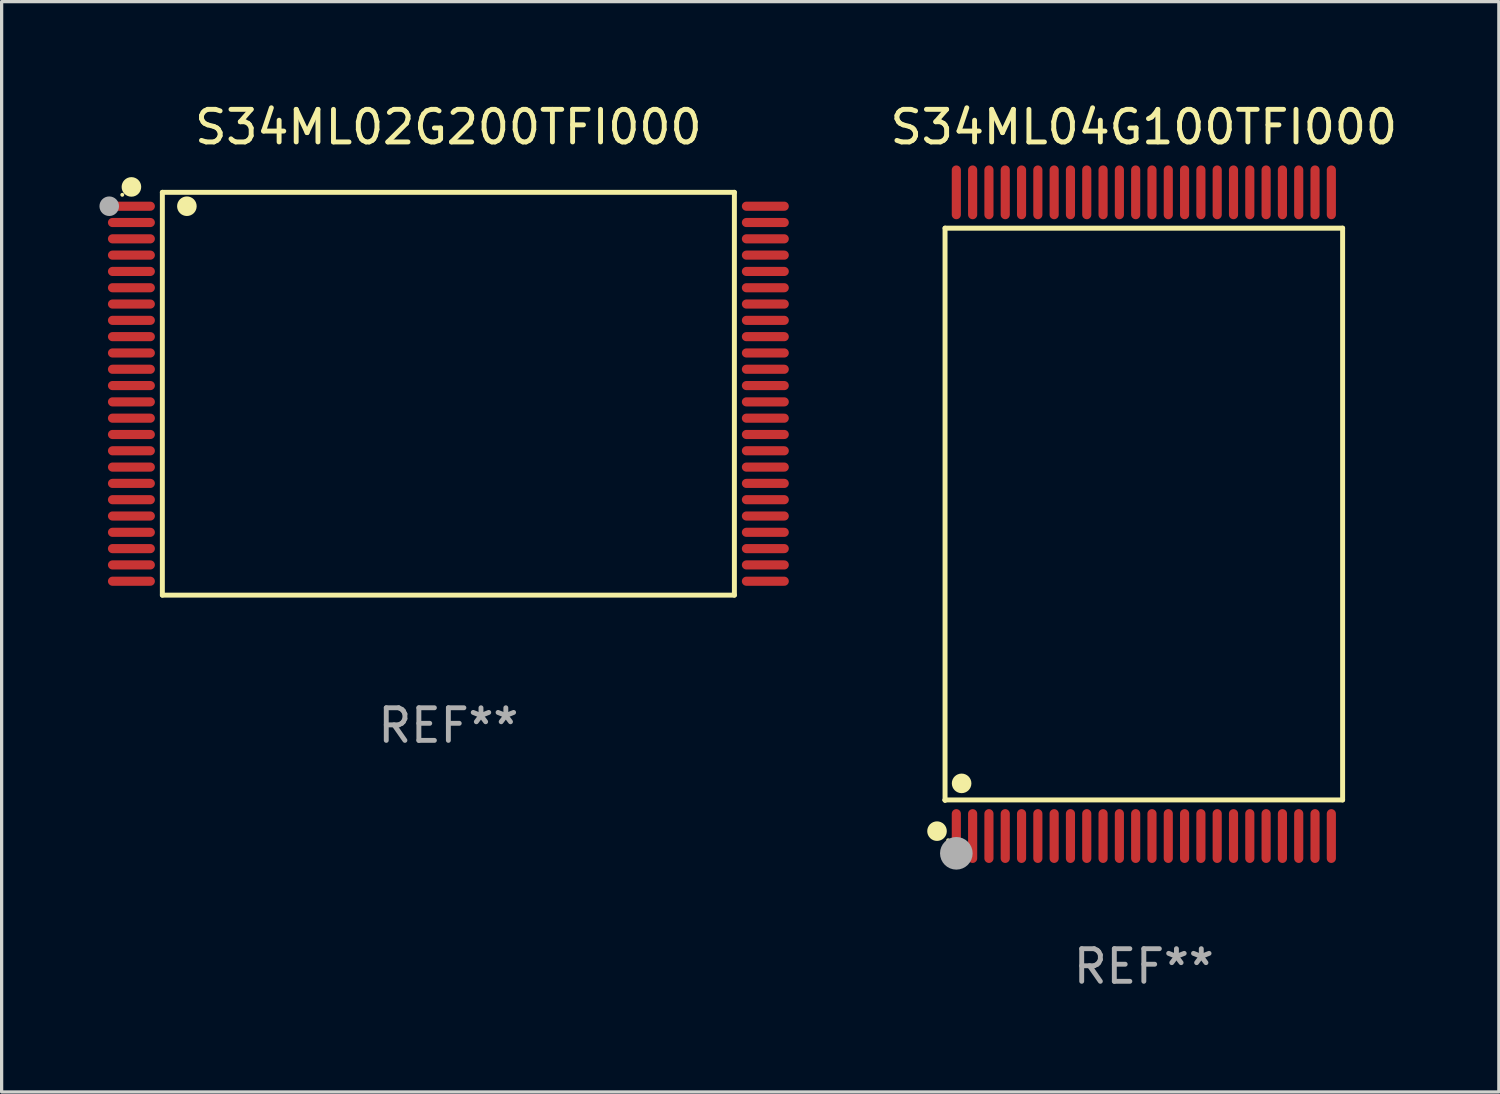
<source format=kicad_pcb>
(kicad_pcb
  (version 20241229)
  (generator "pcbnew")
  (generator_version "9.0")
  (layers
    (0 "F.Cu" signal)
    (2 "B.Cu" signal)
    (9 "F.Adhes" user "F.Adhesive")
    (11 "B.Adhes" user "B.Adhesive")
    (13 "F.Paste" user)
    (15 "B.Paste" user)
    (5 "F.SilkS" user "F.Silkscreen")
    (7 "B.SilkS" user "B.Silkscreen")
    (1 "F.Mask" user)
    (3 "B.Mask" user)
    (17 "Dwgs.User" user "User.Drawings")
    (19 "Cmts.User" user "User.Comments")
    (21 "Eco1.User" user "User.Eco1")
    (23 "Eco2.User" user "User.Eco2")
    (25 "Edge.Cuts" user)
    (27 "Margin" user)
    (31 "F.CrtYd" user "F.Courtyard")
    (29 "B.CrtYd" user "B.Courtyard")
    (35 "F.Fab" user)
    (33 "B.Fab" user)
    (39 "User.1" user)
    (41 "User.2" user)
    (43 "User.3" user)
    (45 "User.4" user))
  (footprint "S34ML02G200TFI000"
    (layer "F.Cu")
    (at 10.7 9.024)
    (property "Reference" "S34ML02G200TFI000" (at 0 -8.176 0) (layer "F.SilkS") (effects (font (size 1 1) (thickness 0.15))))
    (attr through_hole)
    (fp_line (start -8.771 -6.176) (end 8.771 -6.176) (stroke (width 0.152) (type solid)) (layer "F.SilkS"))
    (fp_line (start -8.771 6.176) (end -8.771 -6.176) (stroke (width 0.152) (type solid)) (layer "F.SilkS"))
    (fp_line (start 8.771 -6.176) (end 8.771 6.176) (stroke (width 0.152) (type solid)) (layer "F.SilkS"))
    (fp_line (start 8.771 6.176) (end -8.771 6.176) (stroke (width 0.152) (type solid)) (layer "F.SilkS"))
    (fp_circle (center -10 -6.1) (end -9.97 -6.1) (stroke (width 0.06) (type solid)) (fill no) (layer "F.SilkS"))
    (fp_circle (center -9.72 -6.342) (end -9.57 -6.342) (stroke (width 0.3) (type solid)) (fill no) (layer "F.SilkS"))
    (fp_circle (center -8.019 -5.75) (end -7.869 -5.75) (stroke (width 0.3) (type solid)) (fill no) (layer "F.SilkS"))
    (fp_circle (center -10.4 -5.75) (end -10.25 -5.75) (stroke (width 0.3) (type solid)) (fill no) (layer "F.Fab"))
    (fp_text user "REF**" (at 0 10.176 0) (layer "F.Fab") (effects (font (size 1 1) (thickness 0.15))))
    (pad "1" smd oval (at -9.72 -5.75 270) (size 0.28 1.44) (layers "F.Cu" "F.Mask" "F.Paste"))
    (pad "2" smd oval (at -9.72 -5.25 270) (size 0.28 1.44) (layers "F.Cu" "F.Mask" "F.Paste"))
    (pad "3" smd oval (at -9.72 -4.75 270) (size 0.28 1.44) (layers "F.Cu" "F.Mask" "F.Paste"))
    (pad "4" smd oval (at -9.72 -4.25 270) (size 0.28 1.44) (layers "F.Cu" "F.Mask" "F.Paste"))
    (pad "5" smd oval (at -9.72 -3.75 270) (size 0.28 1.44) (layers "F.Cu" "F.Mask" "F.Paste"))
    (pad "6" smd oval (at -9.72 -3.25 270) (size 0.28 1.44) (layers "F.Cu" "F.Mask" "F.Paste"))
    (pad "7" smd oval (at -9.72 -2.75 270) (size 0.28 1.44) (layers "F.Cu" "F.Mask" "F.Paste"))
    (pad "8" smd oval (at -9.72 -2.25 270) (size 0.28 1.44) (layers "F.Cu" "F.Mask" "F.Paste"))
    (pad "9" smd oval (at -9.72 -1.75 270) (size 0.28 1.44) (layers "F.Cu" "F.Mask" "F.Paste"))
    (pad "10" smd oval (at -9.72 -1.25 270) (size 0.28 1.44) (layers "F.Cu" "F.Mask" "F.Paste"))
    (pad "11" smd oval (at -9.72 -0.75 270) (size 0.28 1.44) (layers "F.Cu" "F.Mask" "F.Paste"))
    (pad "12" smd oval (at -9.72 -0.25 270) (size 0.28 1.44) (layers "F.Cu" "F.Mask" "F.Paste"))
    (pad "13" smd oval (at -9.72 0.25 270) (size 0.28 1.44) (layers "F.Cu" "F.Mask" "F.Paste"))
    (pad "14" smd oval (at -9.72 0.75 270) (size 0.28 1.44) (layers "F.Cu" "F.Mask" "F.Paste"))
    (pad "15" smd oval (at -9.72 1.25 270) (size 0.28 1.44) (layers "F.Cu" "F.Mask" "F.Paste"))
    (pad "16" smd oval (at -9.72 1.75 270) (size 0.28 1.44) (layers "F.Cu" "F.Mask" "F.Paste"))
    (pad "17" smd oval (at -9.72 2.25 270) (size 0.28 1.44) (layers "F.Cu" "F.Mask" "F.Paste"))
    (pad "18" smd oval (at -9.72 2.75 270) (size 0.28 1.44) (layers "F.Cu" "F.Mask" "F.Paste"))
    (pad "19" smd oval (at -9.72 3.25 270) (size 0.28 1.44) (layers "F.Cu" "F.Mask" "F.Paste"))
    (pad "20" smd oval (at -9.72 3.75 270) (size 0.28 1.44) (layers "F.Cu" "F.Mask" "F.Paste"))
    (pad "21" smd oval (at -9.72 4.25 270) (size 0.28 1.44) (layers "F.Cu" "F.Mask" "F.Paste"))
    (pad "22" smd oval (at -9.72 4.75 270) (size 0.28 1.44) (layers "F.Cu" "F.Mask" "F.Paste"))
    (pad "23" smd oval (at -9.72 5.25 270) (size 0.28 1.44) (layers "F.Cu" "F.Mask" "F.Paste"))
    (pad "24" smd oval (at -9.72 5.75 270) (size 0.28 1.44) (layers "F.Cu" "F.Mask" "F.Paste"))
    (pad "25" smd oval (at 9.72 5.75 270) (size 0.28 1.44) (layers "F.Cu" "F.Mask" "F.Paste"))
    (pad "26" smd oval (at 9.72 5.25 270) (size 0.28 1.44) (layers "F.Cu" "F.Mask" "F.Paste"))
    (pad "27" smd oval (at 9.72 4.75 270) (size 0.28 1.44) (layers "F.Cu" "F.Mask" "F.Paste"))
    (pad "28" smd oval (at 9.72 4.25 270) (size 0.28 1.44) (layers "F.Cu" "F.Mask" "F.Paste"))
    (pad "29" smd oval (at 9.72 3.75 270) (size 0.28 1.44) (layers "F.Cu" "F.Mask" "F.Paste"))
    (pad "30" smd oval (at 9.72 3.25 270) (size 0.28 1.44) (layers "F.Cu" "F.Mask" "F.Paste"))
    (pad "31" smd oval (at 9.72 2.75 270) (size 0.28 1.44) (layers "F.Cu" "F.Mask" "F.Paste"))
    (pad "32" smd oval (at 9.72 2.25 270) (size 0.28 1.44) (layers "F.Cu" "F.Mask" "F.Paste"))
    (pad "33" smd oval (at 9.72 1.75 270) (size 0.28 1.44) (layers "F.Cu" "F.Mask" "F.Paste"))
    (pad "34" smd oval (at 9.72 1.25 270) (size 0.28 1.44) (layers "F.Cu" "F.Mask" "F.Paste"))
    (pad "35" smd oval (at 9.72 0.75 270) (size 0.28 1.44) (layers "F.Cu" "F.Mask" "F.Paste"))
    (pad "36" smd oval (at 9.72 0.25 270) (size 0.28 1.44) (layers "F.Cu" "F.Mask" "F.Paste"))
    (pad "37" smd oval (at 9.72 -0.25 270) (size 0.28 1.44) (layers "F.Cu" "F.Mask" "F.Paste"))
    (pad "38" smd oval (at 9.72 -0.75 270) (size 0.28 1.44) (layers "F.Cu" "F.Mask" "F.Paste"))
    (pad "39" smd oval (at 9.72 -1.25 270) (size 0.28 1.44) (layers "F.Cu" "F.Mask" "F.Paste"))
    (pad "40" smd oval (at 9.72 -1.75 270) (size 0.28 1.44) (layers "F.Cu" "F.Mask" "F.Paste"))
    (pad "41" smd oval (at 9.72 -2.25 270) (size 0.28 1.44) (layers "F.Cu" "F.Mask" "F.Paste"))
    (pad "42" smd oval (at 9.72 -2.75 270) (size 0.28 1.44) (layers "F.Cu" "F.Mask" "F.Paste"))
    (pad "43" smd oval (at 9.72 -3.25 270) (size 0.28 1.44) (layers "F.Cu" "F.Mask" "F.Paste"))
    (pad "44" smd oval (at 9.72 -3.75 270) (size 0.28 1.44) (layers "F.Cu" "F.Mask" "F.Paste"))
    (pad "45" smd oval (at 9.72 -4.25 270) (size 0.28 1.44) (layers "F.Cu" "F.Mask" "F.Paste"))
    (pad "46" smd oval (at 9.72 -4.75 270) (size 0.28 1.44) (layers "F.Cu" "F.Mask" "F.Paste"))
    (pad "47" smd oval (at 9.72 -5.25 270) (size 0.28 1.44) (layers "F.Cu" "F.Mask" "F.Paste"))
    (pad "48" smd oval (at 9.72 -5.75 270) (size 0.28 1.44) (layers "F.Cu" "F.Mask" "F.Paste")))
  (footprint "S34ML04G100TFI000"
    (layer "F.Cu")
    (at 32.027 12.718)
    (property "Reference" "S34ML04G100TFI000" (at 0 -11.87 0) (layer "F.SilkS") (effects (font (size 1 1) (thickness 0.15))))
    (attr through_hole)
    (fp_line (start -6.096 -8.771) (end 6.096 -8.771) (stroke (width 0.152) (type solid)) (layer "F.SilkS"))
    (fp_line (start -6.096 8.763) (end -6.096 8.771) (stroke (width 0.152) (type solid)) (layer "F.SilkS"))
    (fp_line (start -6.096 8.771) (end -6.096 -8.771) (stroke (width 0.152) (type solid)) (layer "F.SilkS"))
    (fp_line (start 6.096 -8.771) (end 6.096 8.763) (stroke (width 0.152) (type solid)) (layer "F.SilkS"))
    (fp_line (start 6.096 8.763) (end -6.096 8.763) (stroke (width 0.152) (type solid)) (layer "F.SilkS"))
    (fp_circle (center -6.342 9.72) (end -6.192 9.72) (stroke (width 0.3) (type solid)) (fill no) (layer "F.SilkS"))
    (fp_circle (center -6 10) (end -5.97 10) (stroke (width 0.06) (type solid)) (fill no) (layer "F.SilkS"))
    (fp_circle (center -5.588 8.255) (end -5.438 8.255) (stroke (width 0.3) (type solid)) (fill no) (layer "F.SilkS"))
    (fp_circle (center -5.75 10.4) (end -5.5 10.4) (stroke (width 0.5) (type solid)) (fill no) (layer "F.Fab"))
    (fp_text user "REF**" (at 0 13.87 0) (layer "F.Fab") (effects (font (size 1 1) (thickness 0.15))))
    (pad "1" smd oval (at -5.75 9.87) (size 0.28 1.65) (layers "F.Cu" "F.Mask" "F.Paste"))
    (pad "2" smd oval (at -5.25 9.87) (size 0.28 1.65) (layers "F.Cu" "F.Mask" "F.Paste"))
    (pad "3" smd oval (at -4.75 9.87) (size 0.28 1.65) (layers "F.Cu" "F.Mask" "F.Paste"))
    (pad "4" smd oval (at -4.25 9.87) (size 0.28 1.65) (layers "F.Cu" "F.Mask" "F.Paste"))
    (pad "5" smd oval (at -3.75 9.87) (size 0.28 1.65) (layers "F.Cu" "F.Mask" "F.Paste"))
    (pad "6" smd oval (at -3.25 9.87) (size 0.28 1.65) (layers "F.Cu" "F.Mask" "F.Paste"))
    (pad "7" smd oval (at -2.75 9.87) (size 0.28 1.65) (layers "F.Cu" "F.Mask" "F.Paste"))
    (pad "8" smd oval (at -2.25 9.87) (size 0.28 1.65) (layers "F.Cu" "F.Mask" "F.Paste"))
    (pad "9" smd oval (at -1.75 9.87) (size 0.28 1.65) (layers "F.Cu" "F.Mask" "F.Paste"))
    (pad "10" smd oval (at -1.25 9.87) (size 0.28 1.65) (layers "F.Cu" "F.Mask" "F.Paste"))
    (pad "11" smd oval (at -0.75 9.87) (size 0.28 1.65) (layers "F.Cu" "F.Mask" "F.Paste"))
    (pad "12" smd oval (at -0.25 9.87) (size 0.28 1.65) (layers "F.Cu" "F.Mask" "F.Paste"))
    (pad "13" smd oval (at 0.25 9.87) (size 0.28 1.65) (layers "F.Cu" "F.Mask" "F.Paste"))
    (pad "14" smd oval (at 0.75 9.87) (size 0.28 1.65) (layers "F.Cu" "F.Mask" "F.Paste"))
    (pad "15" smd oval (at 1.25 9.87) (size 0.28 1.65) (layers "F.Cu" "F.Mask" "F.Paste"))
    (pad "16" smd oval (at 1.75 9.87) (size 0.28 1.65) (layers "F.Cu" "F.Mask" "F.Paste"))
    (pad "17" smd oval (at 2.25 9.87) (size 0.28 1.65) (layers "F.Cu" "F.Mask" "F.Paste"))
    (pad "18" smd oval (at 2.75 9.87) (size 0.28 1.65) (layers "F.Cu" "F.Mask" "F.Paste"))
    (pad "19" smd oval (at 3.25 9.87) (size 0.28 1.65) (layers "F.Cu" "F.Mask" "F.Paste"))
    (pad "20" smd oval (at 3.75 9.87) (size 0.28 1.65) (layers "F.Cu" "F.Mask" "F.Paste"))
    (pad "21" smd oval (at 4.25 9.87) (size 0.28 1.65) (layers "F.Cu" "F.Mask" "F.Paste"))
    (pad "22" smd oval (at 4.75 9.87) (size 0.28 1.65) (layers "F.Cu" "F.Mask" "F.Paste"))
    (pad "23" smd oval (at 5.25 9.87) (size 0.28 1.65) (layers "F.Cu" "F.Mask" "F.Paste"))
    (pad "24" smd oval (at 5.75 9.87) (size 0.28 1.65) (layers "F.Cu" "F.Mask" "F.Paste"))
    (pad "25" smd oval (at 5.75 -9.87) (size 0.28 1.65) (layers "F.Cu" "F.Mask" "F.Paste"))
    (pad "26" smd oval (at 5.25 -9.87) (size 0.28 1.65) (layers "F.Cu" "F.Mask" "F.Paste"))
    (pad "27" smd oval (at 4.75 -9.87) (size 0.28 1.65) (layers "F.Cu" "F.Mask" "F.Paste"))
    (pad "28" smd oval (at 4.25 -9.87) (size 0.28 1.65) (layers "F.Cu" "F.Mask" "F.Paste"))
    (pad "29" smd oval (at 3.75 -9.87) (size 0.28 1.65) (layers "F.Cu" "F.Mask" "F.Paste"))
    (pad "30" smd oval (at 3.25 -9.87) (size 0.28 1.65) (layers "F.Cu" "F.Mask" "F.Paste"))
    (pad "31" smd oval (at 2.75 -9.87) (size 0.28 1.65) (layers "F.Cu" "F.Mask" "F.Paste"))
    (pad "32" smd oval (at 2.25 -9.87) (size 0.28 1.65) (layers "F.Cu" "F.Mask" "F.Paste"))
    (pad "33" smd oval (at 1.75 -9.87) (size 0.28 1.65) (layers "F.Cu" "F.Mask" "F.Paste"))
    (pad "34" smd oval (at 1.25 -9.87) (size 0.28 1.65) (layers "F.Cu" "F.Mask" "F.Paste"))
    (pad "35" smd oval (at 0.75 -9.87) (size 0.28 1.65) (layers "F.Cu" "F.Mask" "F.Paste"))
    (pad "36" smd oval (at 0.25 -9.87) (size 0.28 1.65) (layers "F.Cu" "F.Mask" "F.Paste"))
    (pad "37" smd oval (at -0.25 -9.87) (size 0.28 1.65) (layers "F.Cu" "F.Mask" "F.Paste"))
    (pad "38" smd oval (at -0.75 -9.87) (size 0.28 1.65) (layers "F.Cu" "F.Mask" "F.Paste"))
    (pad "39" smd oval (at -1.25 -9.87) (size 0.28 1.65) (layers "F.Cu" "F.Mask" "F.Paste"))
    (pad "40" smd oval (at -1.75 -9.87) (size 0.28 1.65) (layers "F.Cu" "F.Mask" "F.Paste"))
    (pad "41" smd oval (at -2.25 -9.87) (size 0.28 1.65) (layers "F.Cu" "F.Mask" "F.Paste"))
    (pad "42" smd oval (at -2.75 -9.87) (size 0.28 1.65) (layers "F.Cu" "F.Mask" "F.Paste"))
    (pad "43" smd oval (at -3.25 -9.87) (size 0.28 1.65) (layers "F.Cu" "F.Mask" "F.Paste"))
    (pad "44" smd oval (at -3.75 -9.87) (size 0.28 1.65) (layers "F.Cu" "F.Mask" "F.Paste"))
    (pad "45" smd oval (at -4.25 -9.87) (size 0.28 1.65) (layers "F.Cu" "F.Mask" "F.Paste"))
    (pad "46" smd oval (at -4.75 -9.87) (size 0.28 1.65) (layers "F.Cu" "F.Mask" "F.Paste"))
    (pad "47" smd oval (at -5.25 -9.87) (size 0.28 1.65) (layers "F.Cu" "F.Mask" "F.Paste"))
    (pad "48" smd oval (at -5.75 -9.87) (size 0.28 1.65) (layers "F.Cu" "F.Mask" "F.Paste")))
  (gr_rect
    (start -3 -3)
    (end 42.914 30.437)
    (stroke (width 0.1) (type default))
    (fill no)
    (layer "Edge.Cuts")))
</source>
